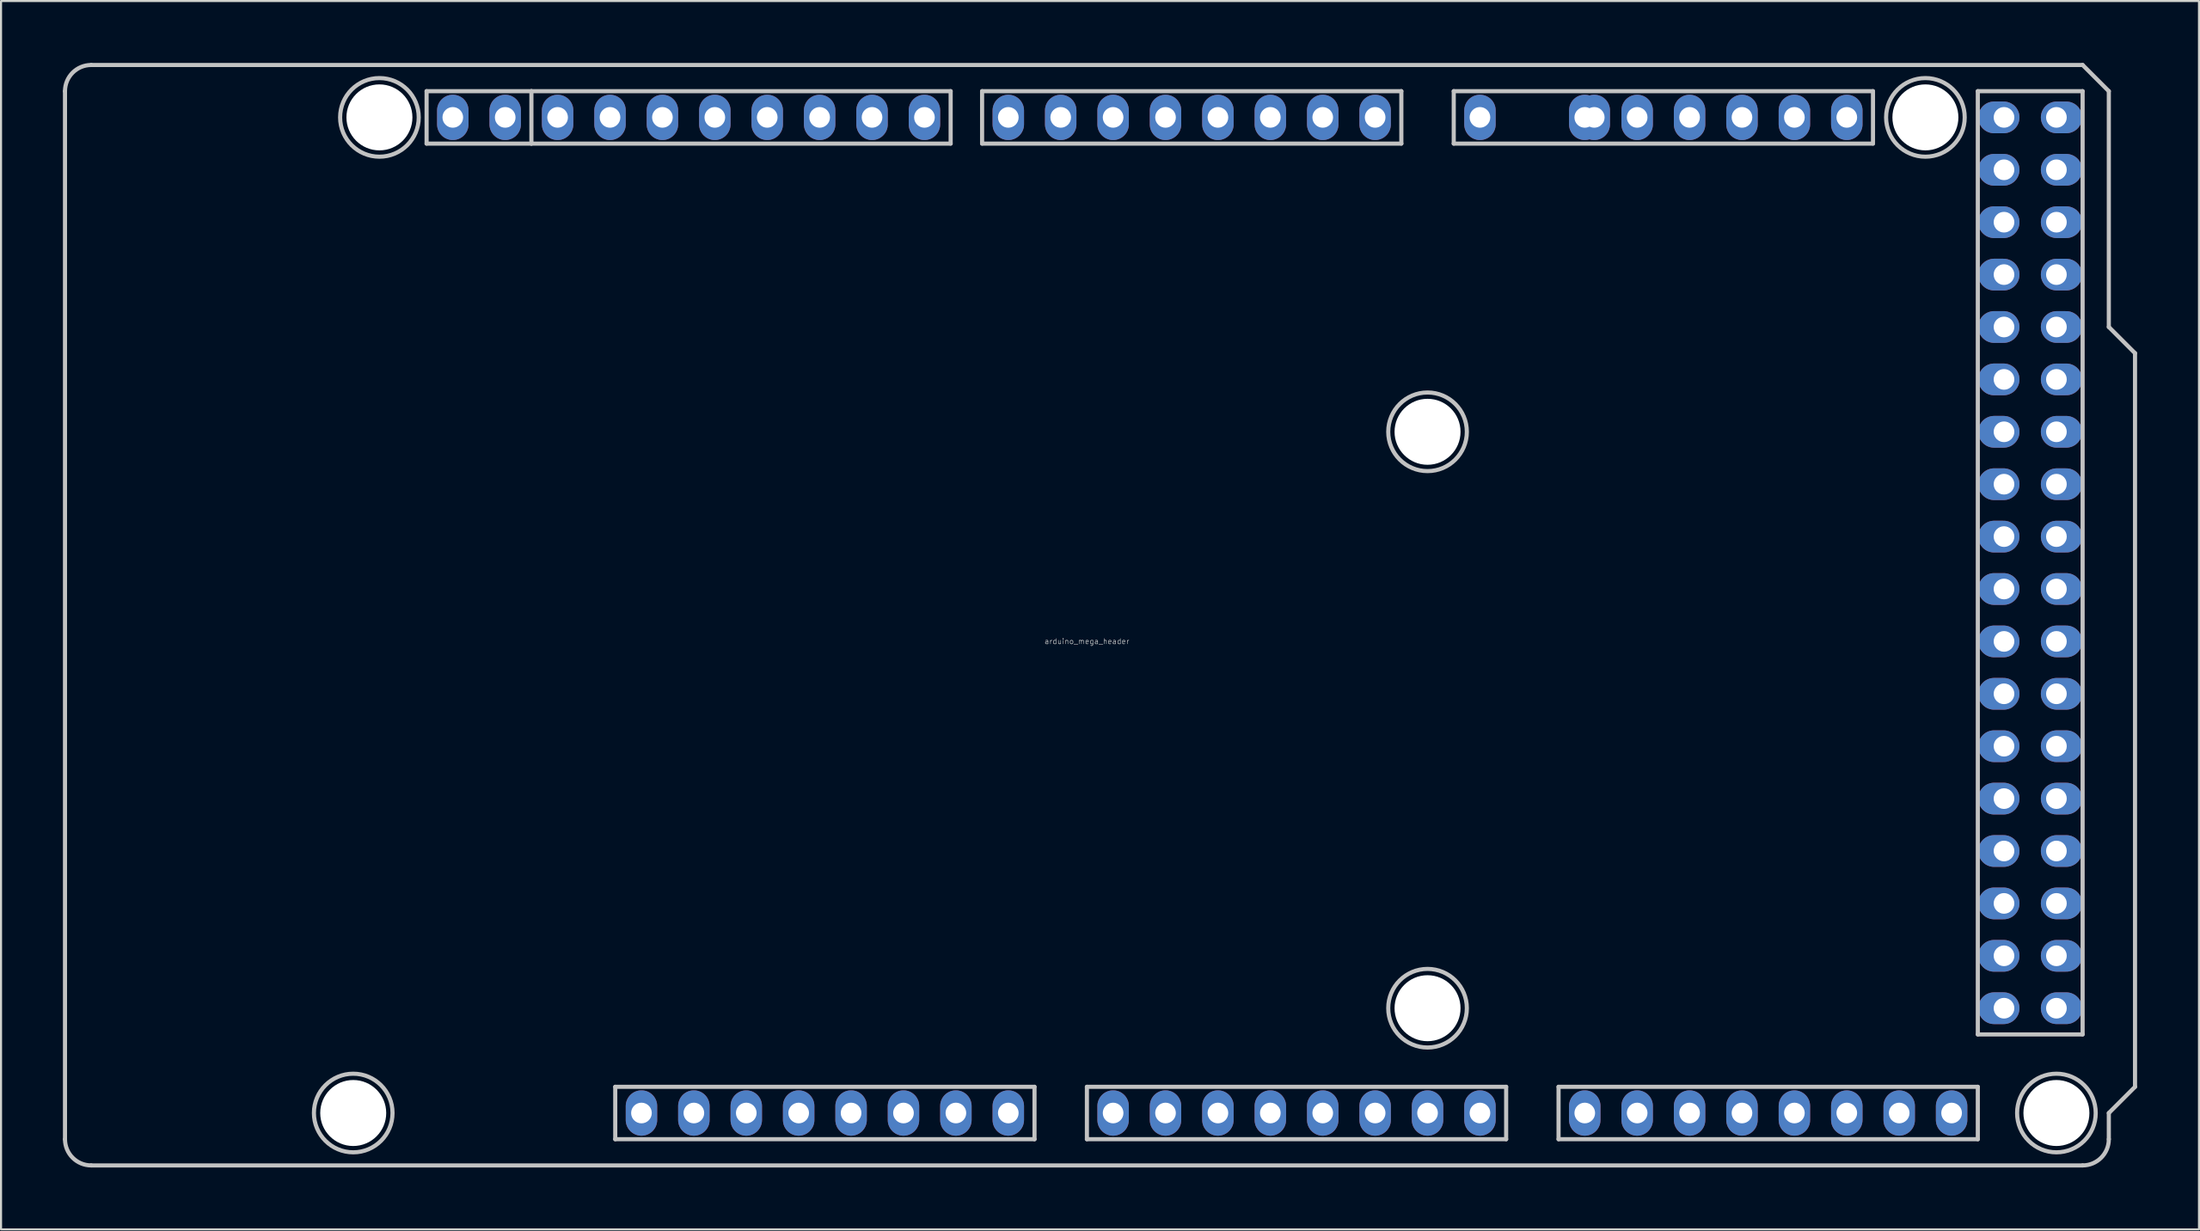
<source format=kicad_pcb>
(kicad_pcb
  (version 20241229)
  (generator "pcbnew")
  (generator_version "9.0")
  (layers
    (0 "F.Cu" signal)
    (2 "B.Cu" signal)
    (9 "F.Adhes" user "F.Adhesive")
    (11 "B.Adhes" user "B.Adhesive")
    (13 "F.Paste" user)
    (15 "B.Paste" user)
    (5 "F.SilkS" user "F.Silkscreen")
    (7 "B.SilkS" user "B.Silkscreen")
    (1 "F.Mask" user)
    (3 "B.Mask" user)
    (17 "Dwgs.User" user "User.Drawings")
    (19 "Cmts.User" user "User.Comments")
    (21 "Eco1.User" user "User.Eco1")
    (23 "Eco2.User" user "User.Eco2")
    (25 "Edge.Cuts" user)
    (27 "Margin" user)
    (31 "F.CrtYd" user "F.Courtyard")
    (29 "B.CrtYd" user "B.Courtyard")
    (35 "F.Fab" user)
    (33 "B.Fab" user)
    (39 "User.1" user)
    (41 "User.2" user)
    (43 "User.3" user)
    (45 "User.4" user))
  (footprint "arduino_mega_header"
    (layer "F.Cu")
    (at 49.63 26.77)
    (property "Reference" "arduino_mega_header" (at 0 1.27 0) (layer "Dwgs.User") (effects (font (size 0.254 0.254) (thickness 0.025))))
    (attr through_hole)
    (fp_line (start -49.53 25.4) (end -49.53 -25.4) (stroke (width 0.2) (type solid)) (layer "Dwgs.User"))
    (fp_line (start -48.26 -26.67) (end 48.26 -26.67) (stroke (width 0.2) (type solid)) (layer "Dwgs.User"))
    (fp_line (start -48.26 26.67) (end 48.26 26.67) (stroke (width 0.2) (type solid)) (layer "Dwgs.User"))
    (fp_line (start -32.004 -25.4) (end -32.004 -22.86) (stroke (width 0.2) (type solid)) (layer "Dwgs.User"))
    (fp_line (start -32.004 -22.86) (end -26.924 -22.86) (stroke (width 0.2) (type solid)) (layer "Dwgs.User"))
    (fp_line (start -26.924 -25.4) (end -32.004 -25.4) (stroke (width 0.2) (type solid)) (layer "Dwgs.User"))
    (fp_line (start -26.924 -22.86) (end -26.924 -25.4) (stroke (width 0.2) (type solid)) (layer "Dwgs.User"))
    (fp_line (start -22.86 25.4) (end -22.86 22.86) (stroke (width 0.2) (type solid)) (layer "Dwgs.User"))
    (fp_line (start -22.86 25.4) (end -2.54 25.4) (stroke (width 0.2) (type solid)) (layer "Dwgs.User"))
    (fp_line (start -6.604 -25.4) (end -26.924 -25.4) (stroke (width 0.2) (type solid)) (layer "Dwgs.User"))
    (fp_line (start -6.604 -22.86) (end -26.924 -22.86) (stroke (width 0.2) (type solid)) (layer "Dwgs.User"))
    (fp_line (start -6.604 -22.86) (end -6.604 -25.4) (stroke (width 0.2) (type solid)) (layer "Dwgs.User"))
    (fp_line (start -5.08 -25.4) (end 15.24 -25.4) (stroke (width 0.2) (type solid)) (layer "Dwgs.User"))
    (fp_line (start -5.08 -22.86) (end -5.08 -25.4) (stroke (width 0.2) (type solid)) (layer "Dwgs.User"))
    (fp_line (start -2.54 22.86) (end -22.86 22.86) (stroke (width 0.2) (type solid)) (layer "Dwgs.User"))
    (fp_line (start -2.54 22.86) (end -2.54 25.4) (stroke (width 0.2) (type solid)) (layer "Dwgs.User"))
    (fp_line (start 0 22.86) (end 0 25.4) (stroke (width 0.2) (type solid)) (layer "Dwgs.User"))
    (fp_line (start 0 25.4) (end 20.32 25.4) (stroke (width 0.2) (type solid)) (layer "Dwgs.User"))
    (fp_line (start 15.24 -25.4) (end 15.24 -22.86) (stroke (width 0.2) (type solid)) (layer "Dwgs.User"))
    (fp_line (start 15.24 -22.86) (end -5.08 -22.86) (stroke (width 0.2) (type solid)) (layer "Dwgs.User"))
    (fp_line (start 17.78 -25.4) (end 17.78 -22.86) (stroke (width 0.2) (type solid)) (layer "Dwgs.User"))
    (fp_line (start 17.78 -22.86) (end 38.1 -22.86) (stroke (width 0.2) (type solid)) (layer "Dwgs.User"))
    (fp_line (start 20.32 22.86) (end 0 22.86) (stroke (width 0.2) (type solid)) (layer "Dwgs.User"))
    (fp_line (start 20.32 25.4) (end 20.32 22.86) (stroke (width 0.2) (type solid)) (layer "Dwgs.User"))
    (fp_line (start 22.86 22.86) (end 43.18 22.86) (stroke (width 0.2) (type solid)) (layer "Dwgs.User"))
    (fp_line (start 22.86 25.4) (end 22.86 22.86) (stroke (width 0.2) (type solid)) (layer "Dwgs.User"))
    (fp_line (start 38.1 -25.4) (end 17.78 -25.4) (stroke (width 0.2) (type solid)) (layer "Dwgs.User"))
    (fp_line (start 38.1 -22.86) (end 38.1 -25.4) (stroke (width 0.2) (type solid)) (layer "Dwgs.User"))
    (fp_line (start 43.18 -25.4) (end 43.18 20.32) (stroke (width 0.2) (type solid)) (layer "Dwgs.User"))
    (fp_line (start 43.18 20.32) (end 48.26 20.32) (stroke (width 0.2) (type solid)) (layer "Dwgs.User"))
    (fp_line (start 43.18 22.86) (end 43.18 25.4) (stroke (width 0.2) (type solid)) (layer "Dwgs.User"))
    (fp_line (start 43.18 25.4) (end 22.86 25.4) (stroke (width 0.2) (type solid)) (layer "Dwgs.User"))
    (fp_line (start 48.26 -26.67) (end 49.53 -25.4) (stroke (width 0.2) (type solid)) (layer "Dwgs.User"))
    (fp_line (start 48.26 -25.4) (end 43.18 -25.4) (stroke (width 0.2) (type solid)) (layer "Dwgs.User"))
    (fp_line (start 48.26 20.32) (end 48.26 -25.4) (stroke (width 0.2) (type solid)) (layer "Dwgs.User"))
    (fp_line (start 49.53 -25.4) (end 49.53 -13.97) (stroke (width 0.2) (type solid)) (layer "Dwgs.User"))
    (fp_line (start 49.53 -13.97) (end 50.8 -12.7) (stroke (width 0.2) (type solid)) (layer "Dwgs.User"))
    (fp_line (start 49.53 24.13) (end 49.53 25.4) (stroke (width 0.2) (type solid)) (layer "Dwgs.User"))
    (fp_line (start 50.8 -12.7) (end 50.8 22.86) (stroke (width 0.2) (type solid)) (layer "Dwgs.User"))
    (fp_line (start 50.8 22.86) (end 49.53 24.13) (stroke (width 0.2) (type solid)) (layer "Dwgs.User"))
    (fp_arc (start -49.53 -25.4) (mid -49.158026 -26.298026) (end -48.26 -26.67) (stroke (width 0.2) (type solid)) (layer "Dwgs.User"))
    (fp_arc (start -48.26 26.67) (mid -49.158026 26.298026) (end -49.53 25.4) (stroke (width 0.2) (type solid)) (layer "Dwgs.User"))
    (fp_arc (start 49.53 25.4) (mid 49.158026 26.298026) (end 48.26 26.67) (stroke (width 0.2) (type solid)) (layer "Dwgs.User"))
    (fp_circle (center -35.56 24.13) (end -33.655 24.13) (stroke (width 0.2) (type solid)) (fill no) (layer "Dwgs.User"))
    (fp_circle (center -34.29 -24.13) (end -32.385 -24.13) (stroke (width 0.2) (type solid)) (fill no) (layer "Dwgs.User"))
    (fp_circle (center 16.51 -8.89) (end 18.415 -8.89) (stroke (width 0.2) (type solid)) (fill no) (layer "Dwgs.User"))
    (fp_circle (center 16.51 19.05) (end 18.415 19.05) (stroke (width 0.2) (type solid)) (fill no) (layer "Dwgs.User"))
    (fp_circle (center 40.64 -24.13) (end 42.545 -24.13) (stroke (width 0.2) (type solid)) (fill no) (layer "Dwgs.User"))
    (fp_circle (center 46.99 24.13) (end 48.895 24.13) (stroke (width 0.2) (type solid)) (fill no) (layer "Dwgs.User"))
    (pad "" np_thru_hole circle (at -35.56 24.13) (size 3.198 3.198) (drill 3.198) (layers "*.Cu" "*.Mask"))
    (pad "" np_thru_hole circle (at -34.29 -24.13) (size 3.198 3.198) (drill 3.198) (layers "*.Cu" "*.Mask"))
    (pad "" np_thru_hole circle (at 16.51 -8.89) (size 3.198 3.198) (drill 3.198) (layers "*.Cu" "*.Mask"))
    (pad "" np_thru_hole circle (at 16.51 19.05) (size 3.198 3.198) (drill 3.198) (layers "*.Cu" "*.Mask"))
    (pad "" np_thru_hole circle (at 40.64 -24.13) (size 3.198 3.198) (drill 3.198) (layers "*.Cu" "*.Mask"))
    (pad "" np_thru_hole circle (at 46.99 24.13) (size 3.198 3.198) (drill 3.198) (layers "*.Cu" "*.Mask"))
    (pad "1" thru_hole oval (at -21.59 24.13) (size 1.524 2.2) (drill 1.001) (layers "*.Cu" "*.Mask"))
    (pad "2" thru_hole oval (at -19.05 24.13) (size 1.524 2.2) (drill 1.001) (layers "*.Cu" "*.Mask"))
    (pad "3" thru_hole oval (at -16.51 24.13) (size 1.524 2.2) (drill 1.001) (layers "*.Cu" "*.Mask"))
    (pad "4" thru_hole oval (at -13.97 24.13) (size 1.524 2.2) (drill 1.001) (layers "*.Cu" "*.Mask"))
    (pad "5" thru_hole oval (at -11.43 24.13) (size 1.524 2.2) (drill 1.001) (layers "*.Cu" "*.Mask"))
    (pad "6" thru_hole oval (at -8.89 24.13) (size 1.524 2.2) (drill 1.001) (layers "*.Cu" "*.Mask"))
    (pad "7" thru_hole oval (at -6.35 24.13) (size 1.524 2.2) (drill 1.001) (layers "*.Cu" "*.Mask"))
    (pad "8" thru_hole oval (at -3.81 24.13) (size 1.524 2.2) (drill 1.001) (layers "*.Cu" "*.Mask"))
    (pad "9" thru_hole oval (at 1.27 24.13) (size 1.524 2.2) (drill 1.001) (layers "*.Cu" "*.Mask"))
    (pad "10" thru_hole oval (at 3.81 24.13) (size 1.524 2.2) (drill 1.001) (layers "*.Cu" "*.Mask"))
    (pad "11" thru_hole oval (at 6.35 24.13) (size 1.524 2.2) (drill 1.001) (layers "*.Cu" "*.Mask"))
    (pad "12" thru_hole oval (at 8.89 24.13) (size 1.524 2.2) (drill 1.001) (layers "*.Cu" "*.Mask"))
    (pad "13" thru_hole oval (at 11.43 24.13) (size 1.524 2.2) (drill 1.001) (layers "*.Cu" "*.Mask"))
    (pad "14" thru_hole oval (at 13.97 24.13) (size 1.524 2.2) (drill 1.001) (layers "*.Cu" "*.Mask"))
    (pad "15" thru_hole oval (at 16.51 24.13) (size 1.524 2.2) (drill 1.001) (layers "*.Cu" "*.Mask"))
    (pad "16" thru_hole oval (at 19.05 24.13) (size 1.524 2.2) (drill 1.001) (layers "*.Cu" "*.Mask"))
    (pad "17" thru_hole oval (at 24.13 24.13) (size 1.524 2.2) (drill 1.001) (layers "*.Cu" "*.Mask"))
    (pad "18" thru_hole oval (at 26.67 24.13) (size 1.524 2.2) (drill 1.001) (layers "*.Cu" "*.Mask"))
    (pad "19" thru_hole oval (at 29.21 24.13) (size 1.524 2.2) (drill 1.001) (layers "*.Cu" "*.Mask"))
    (pad "20" thru_hole oval (at 31.75 24.13) (size 1.524 2.197) (drill 1.001) (layers "*.Cu" "*.Mask"))
    (pad "21" thru_hole oval (at 34.29 24.13) (size 1.524 2.197) (drill 1.001) (layers "*.Cu" "*.Mask"))
    (pad "22" thru_hole oval (at 36.83 24.13) (size 1.524 2.197) (drill 1.001) (layers "*.Cu" "*.Mask"))
    (pad "23" thru_hole oval (at 39.37 24.13) (size 1.524 2.197) (drill 1.001) (layers "*.Cu" "*.Mask"))
    (pad "24" thru_hole oval (at 41.91 24.13) (size 1.524 2.197) (drill 1.001) (layers "*.Cu" "*.Mask"))
    (pad "25" thru_hole oval (at 44.45 19.05) (size 1.999 1.539) (drill 1.001 (offset -0.249 0)) (layers "*.Cu" "*.Mask"))
    (pad "26" thru_hole oval (at 44.45 16.51) (size 1.999 1.539) (drill 1.001 (offset -0.249 0)) (layers "*.Cu" "*.Mask"))
    (pad "27" thru_hole oval (at 44.45 13.97) (size 1.999 1.539) (drill 1.001 (offset -0.249 0)) (layers "*.Cu" "*.Mask"))
    (pad "28" thru_hole oval (at 44.45 11.43) (size 1.999 1.539) (drill 1.001 (offset -0.249 0)) (layers "*.Cu" "*.Mask"))
    (pad "29" thru_hole oval (at 44.45 8.89) (size 1.999 1.539) (drill 1.001 (offset -0.249 0)) (layers "*.Cu" "*.Mask"))
    (pad "30" thru_hole oval (at 44.45 6.35) (size 1.999 1.539) (drill 1.001 (offset -0.249 0)) (layers "*.Cu" "*.Mask"))
    (pad "31" thru_hole oval (at 44.45 3.81) (size 1.999 1.539) (drill 1.001 (offset -0.249 0)) (layers "*.Cu" "*.Mask"))
    (pad "32" thru_hole oval (at 44.45 1.27) (size 1.999 1.539) (drill 1.001 (offset -0.249 0)) (layers "*.Cu" "*.Mask"))
    (pad "33" thru_hole oval (at 44.45 -1.27) (size 1.999 1.539) (drill 1.001 (offset -0.249 0)) (layers "*.Cu" "*.Mask"))
    (pad "34" thru_hole oval (at 44.45 -3.81) (size 1.999 1.539) (drill 1.001 (offset -0.249 0)) (layers "*.Cu" "*.Mask"))
    (pad "35" thru_hole oval (at 44.45 -6.35) (size 1.999 1.539) (drill 1.001 (offset -0.249 0)) (layers "*.Cu" "*.Mask"))
    (pad "36" thru_hole oval (at 44.45 -8.89) (size 1.999 1.539) (drill 1.001 (offset -0.249 0)) (layers "*.Cu" "*.Mask"))
    (pad "37" thru_hole oval (at 44.45 -11.43) (size 1.999 1.539) (drill 1.001 (offset -0.249 0)) (layers "*.Cu" "*.Mask"))
    (pad "38" thru_hole oval (at 44.45 -13.97) (size 1.999 1.539) (drill 1.001 (offset -0.249 0)) (layers "*.Cu" "*.Mask"))
    (pad "39" thru_hole oval (at 44.45 -16.51) (size 1.999 1.539) (drill 1.001 (offset -0.249 0)) (layers "*.Cu" "*.Mask"))
    (pad "40" thru_hole oval (at 44.45 -19.05) (size 1.999 1.539) (drill 1.001 (offset -0.249 0)) (layers "*.Cu" "*.Mask"))
    (pad "41" thru_hole oval (at 44.45 -21.59) (size 1.999 1.539) (drill 1.001 (offset -0.249 0)) (layers "*.Cu" "*.Mask"))
    (pad "42" thru_hole oval (at 44.45 -24.13) (size 1.999 1.539) (drill 1.001 (offset -0.249 0)) (layers "*.Cu" "*.Mask"))
    (pad "43" thru_hole oval (at 46.99 19.05) (size 1.999 1.537) (drill 1.001 (offset 0.246 0)) (layers "*.Cu" "*.Mask"))
    (pad "44" thru_hole oval (at 46.99 16.51) (size 1.999 1.537) (drill 1.001 (offset 0.246 0)) (layers "*.Cu" "*.Mask"))
    (pad "45" thru_hole oval (at 46.99 13.97) (size 1.999 1.537) (drill 1.001 (offset 0.246 0)) (layers "*.Cu" "*.Mask"))
    (pad "46" thru_hole oval (at 46.99 11.43) (size 1.999 1.537) (drill 1.001 (offset 0.246 0)) (layers "*.Cu" "*.Mask"))
    (pad "47" thru_hole oval (at 46.99 8.89) (size 1.999 1.537) (drill 1.001 (offset 0.246 0)) (layers "*.Cu" "*.Mask"))
    (pad "48" thru_hole oval (at 46.99 6.35) (size 1.999 1.537) (drill 1.001 (offset 0.246 0)) (layers "*.Cu" "*.Mask"))
    (pad "49" thru_hole oval (at 46.99 3.81) (size 1.999 1.537) (drill 1.001 (offset 0.246 0)) (layers "*.Cu" "*.Mask"))
    (pad "50" thru_hole oval (at 46.99 1.27) (size 1.999 1.537) (drill 1.001 (offset 0.246 0)) (layers "*.Cu" "*.Mask"))
    (pad "51" thru_hole oval (at 46.99 -1.27) (size 1.999 1.537) (drill 1.001 (offset 0.246 0)) (layers "*.Cu" "*.Mask"))
    (pad "52" thru_hole oval (at 46.99 -3.81) (size 1.999 1.537) (drill 1.001 (offset 0.246 0)) (layers "*.Cu" "*.Mask"))
    (pad "53" thru_hole oval (at 46.99 -6.35) (size 1.999 1.537) (drill 1.001 (offset 0.246 0)) (layers "*.Cu" "*.Mask"))
    (pad "54" thru_hole oval (at 46.99 -8.89) (size 1.999 1.537) (drill 1.001 (offset 0.246 0)) (layers "*.Cu" "*.Mask"))
    (pad "55" thru_hole oval (at 46.99 -11.43) (size 1.999 1.537) (drill 1.001 (offset 0.246 0)) (layers "*.Cu" "*.Mask"))
    (pad "56" thru_hole oval (at 46.99 -13.97) (size 1.999 1.537) (drill 1.001 (offset 0.246 0)) (layers "*.Cu" "*.Mask"))
    (pad "57" thru_hole oval (at 46.99 -16.51) (size 1.999 1.537) (drill 1.001 (offset 0.246 0)) (layers "*.Cu" "*.Mask"))
    (pad "58" thru_hole oval (at 46.99 -19.05) (size 1.999 1.537) (drill 1.001 (offset 0.246 0)) (layers "*.Cu" "*.Mask"))
    (pad "59" thru_hole oval (at 46.99 -21.59) (size 1.999 1.537) (drill 1.001 (offset 0.246 0)) (layers "*.Cu" "*.Mask"))
    (pad "60" thru_hole oval (at 46.99 -24.13) (size 1.999 1.537) (drill 1.001 (offset 0.246 0)) (layers "*.Cu" "*.Mask"))
    (pad "61" thru_hole oval (at 36.83 -24.13) (size 1.524 2.197) (drill 1.001) (layers "*.Cu" "*.Mask"))
    (pad "62" thru_hole oval (at 34.29 -24.13) (size 1.524 2.197) (drill 1.001) (layers "*.Cu" "*.Mask"))
    (pad "63" thru_hole oval (at 31.75 -24.13) (size 1.524 2.197) (drill 1.001) (layers "*.Cu" "*.Mask"))
    (pad "64" thru_hole oval (at 29.21 -24.13) (size 1.524 2.197) (drill 1.001) (layers "*.Cu" "*.Mask"))
    (pad "65" thru_hole oval (at 26.67 -24.13) (size 1.524 2.197) (drill 1.001) (layers "*.Cu" "*.Mask"))
    (pad "66" thru_hole oval (at 24.13 -24.13) (size 1.524 2.197) (drill 1.001) (layers "*.Cu" "*.Mask"))
    (pad "67" thru_hole oval (at 24.59 -24.13) (size 1.524 2.197) (drill 1.001) (layers "*.Cu" "*.Mask"))
    (pad "68" thru_hole oval (at 19.05 -24.13) (size 1.524 2.197) (drill 1.001) (layers "*.Cu" "*.Mask"))
    (pad "69" thru_hole oval (at 13.97 -24.13) (size 1.524 2.197) (drill 1.001) (layers "*.Cu" "*.Mask"))
    (pad "70" thru_hole oval (at 11.43 -24.13) (size 1.524 2.197) (drill 1.001) (layers "*.Cu" "*.Mask"))
    (pad "71" thru_hole oval (at 8.89 -24.13) (size 1.524 2.197) (drill 1.001) (layers "*.Cu" "*.Mask"))
    (pad "72" thru_hole oval (at 6.35 -24.13) (size 1.524 2.197) (drill 1.001) (layers "*.Cu" "*.Mask"))
    (pad "73" thru_hole oval (at 3.81 -24.13) (size 1.524 2.197) (drill 1.001) (layers "*.Cu" "*.Mask"))
    (pad "74" thru_hole oval (at 1.27 -24.13) (size 1.524 2.197) (drill 1.001) (layers "*.Cu" "*.Mask"))
    (pad "75" thru_hole oval (at -1.27 -24.13) (size 1.524 2.197) (drill 1.001) (layers "*.Cu" "*.Mask"))
    (pad "76" thru_hole oval (at -3.81 -24.13) (size 1.524 2.197) (drill 1.001) (layers "*.Cu" "*.Mask"))
    (pad "77" thru_hole oval (at -7.874 -24.13) (size 1.524 2.197) (drill 1.001) (layers "*.Cu" "*.Mask"))
    (pad "78" thru_hole oval (at -10.414 -24.13) (size 1.524 2.197) (drill 1.001) (layers "*.Cu" "*.Mask"))
    (pad "79" thru_hole oval (at -12.954 -24.13) (size 1.524 2.197) (drill 1.001) (layers "*.Cu" "*.Mask"))
    (pad "80" thru_hole oval (at -15.494 -24.13) (size 1.524 2.197) (drill 1.001) (layers "*.Cu" "*.Mask"))
    (pad "81" thru_hole oval (at -18.034 -24.13) (size 1.524 2.197) (drill 1.001) (layers "*.Cu" "*.Mask"))
    (pad "82" thru_hole oval (at -20.574 -24.13) (size 1.524 2.197) (drill 1.001) (layers "*.Cu" "*.Mask"))
    (pad "83" thru_hole oval (at -23.114 -24.13) (size 1.524 2.197) (drill 1.001) (layers "*.Cu" "*.Mask"))
    (pad "84" thru_hole oval (at -25.654 -24.13) (size 1.524 2.197) (drill 1.001) (layers "*.Cu" "*.Mask"))
    (pad "85" thru_hole oval (at -28.194 -24.13) (size 1.524 2.197) (drill 1.001) (layers "*.Cu" "*.Mask"))
    (pad "86" thru_hole oval (at -30.734 -24.13) (size 1.524 2.197) (drill 1.001) (layers "*.Cu" "*.Mask")))
  (gr_rect
    (start -3 -3)
    (end 103.53 56.54)
    (stroke (width 0.1) (type default))
    (fill no)
    (layer "Edge.Cuts")))
</source>
